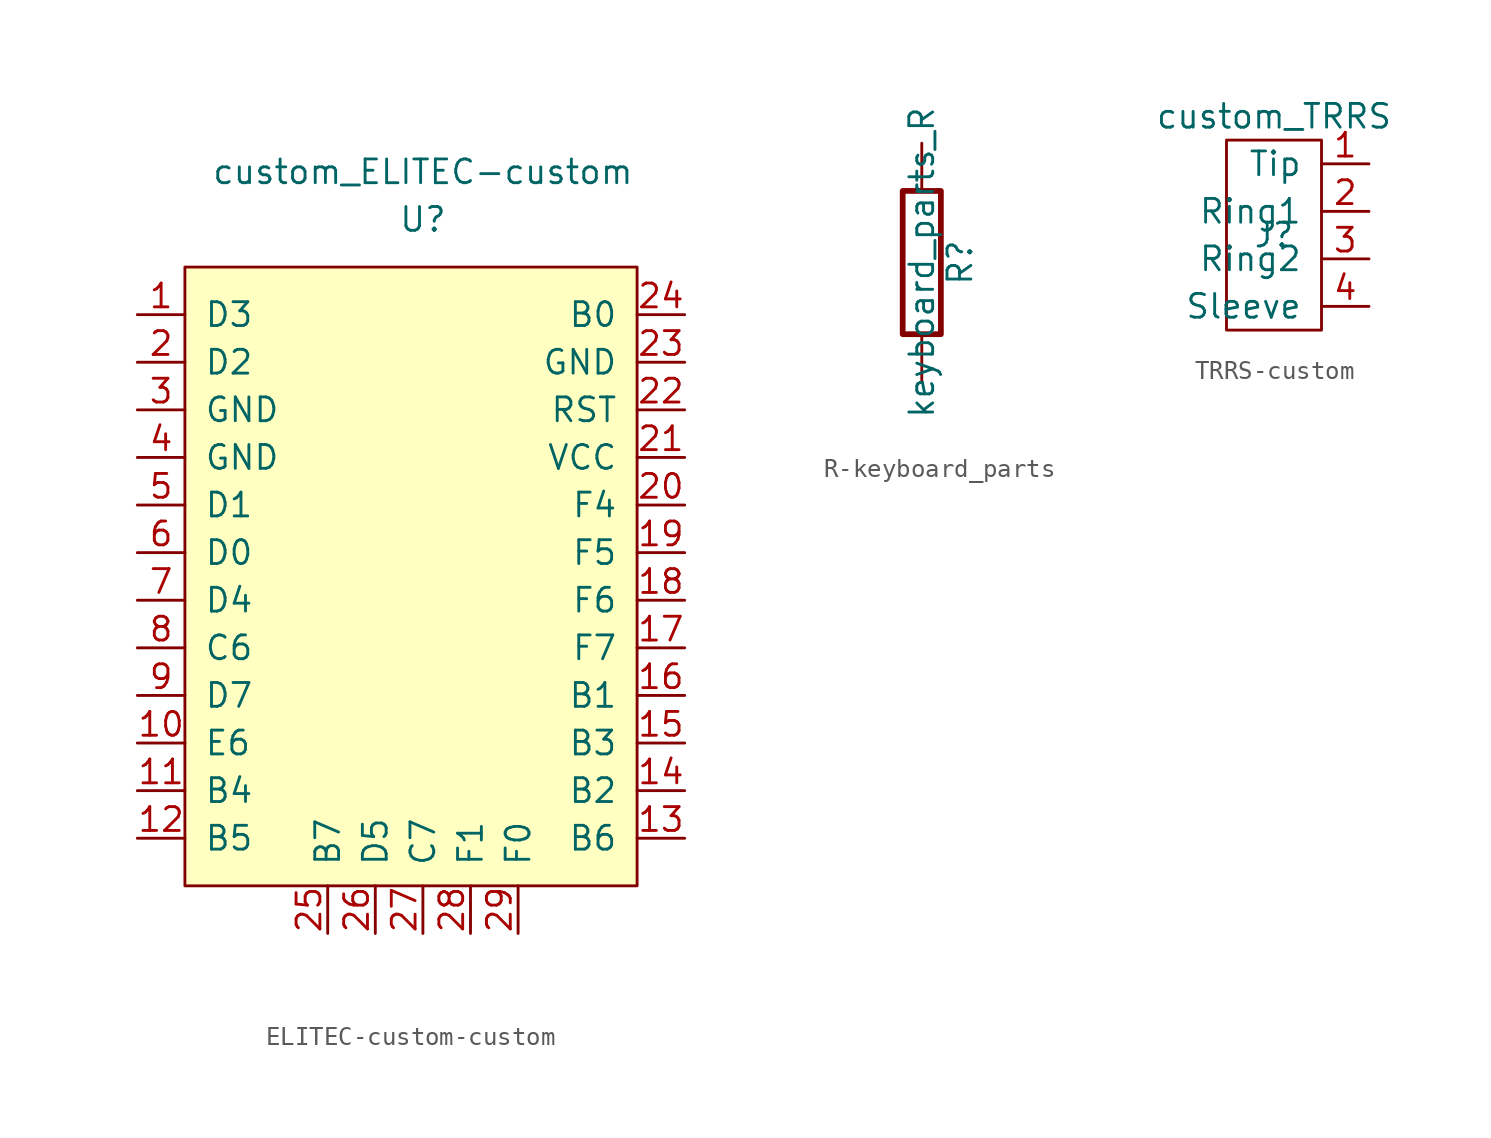
<source format=kicad_sym>
(kicad_symbol_lib
  (version 20220914)
  (generator kicad_symbol_editor)
  (symbol "ELITEC-custom-custom"
    (pin_names
      (offset 1.016))
    (property "Reference" "U"
      (at 0 15.24 0)
      (effects (font (size 1.27 1.27))))
    (property "Value" "custom_ELITEC-custom"
      (at 0 17.78 0)
      (effects (font (size 1.27 1.27))))
    (symbol "ELITEC-custom-custom_0_1"
      (rectangle (start -12.7 12.7) (end 11.43 -20.32) (stroke (width 0) (type solid)) (fill (type background))))
    (symbol "ELITEC-custom-custom_1_1"
      (pin input line (at -15.24 10.16 0) (length 2.54) (name "D3" (effects (font (size 1.27 1.27)))) (number "1" (effects (font (size 1.27 1.27)))))
      (pin input line (at -15.24 -12.7 0) (length 2.54) (name "E6" (effects (font (size 1.27 1.27)))) (number "10" (effects (font (size 1.27 1.27)))))
      (pin input line (at -15.24 -15.24 0) (length 2.54) (name "B4" (effects (font (size 1.27 1.27)))) (number "11" (effects (font (size 1.27 1.27)))))
      (pin input line (at -15.24 -17.78 0) (length 2.54) (name "B5" (effects (font (size 1.27 1.27)))) (number "12" (effects (font (size 1.27 1.27)))))
      (pin input line (at 13.97 -17.78 180) (length 2.54) (name "B6" (effects (font (size 1.27 1.27)))) (number "13" (effects (font (size 1.27 1.27)))))
      (pin input line (at 13.97 -15.24 180) (length 2.54) (name "B2" (effects (font (size 1.27 1.27)))) (number "14" (effects (font (size 1.27 1.27)))))
      (pin input line (at 13.97 -12.7 180) (length 2.54) (name "B3" (effects (font (size 1.27 1.27)))) (number "15" (effects (font (size 1.27 1.27)))))
      (pin input line (at 13.97 -10.16 180) (length 2.54) (name "B1" (effects (font (size 1.27 1.27)))) (number "16" (effects (font (size 1.27 1.27)))))
      (pin input line (at 13.97 -7.62 180) (length 2.54) (name "F7" (effects (font (size 1.27 1.27)))) (number "17" (effects (font (size 1.27 1.27)))))
      (pin input line (at 13.97 -5.08 180) (length 2.54) (name "F6" (effects (font (size 1.27 1.27)))) (number "18" (effects (font (size 1.27 1.27)))))
      (pin input line (at 13.97 -2.54 180) (length 2.54) (name "F5" (effects (font (size 1.27 1.27)))) (number "19" (effects (font (size 1.27 1.27)))))
      (pin input line (at -15.24 7.62 0) (length 2.54) (name "D2" (effects (font (size 1.27 1.27)))) (number "2" (effects (font (size 1.27 1.27)))))
      (pin input line (at 13.97 0 180) (length 2.54) (name "F4" (effects (font (size 1.27 1.27)))) (number "20" (effects (font (size 1.27 1.27)))))
      (pin input line (at 13.97 2.54 180) (length 2.54) (name "VCC" (effects (font (size 1.27 1.27)))) (number "21" (effects (font (size 1.27 1.27)))))
      (pin input line (at 13.97 5.08 180) (length 2.54) (name "RST" (effects (font (size 1.27 1.27)))) (number "22" (effects (font (size 1.27 1.27)))))
      (pin input line (at 13.97 7.62 180) (length 2.54) (name "GND" (effects (font (size 1.27 1.27)))) (number "23" (effects (font (size 1.27 1.27)))))
      (pin input line (at 13.97 10.16 180) (length 2.54) (name "B0" (effects (font (size 1.27 1.27)))) (number "24" (effects (font (size 1.27 1.27)))))
      (pin input line (at -5.08 -22.86 90) (length 2.54) (name "B7" (effects (font (size 1.27 1.27)))) (number "25" (effects (font (size 1.27 1.27)))))
      (pin input line (at -2.54 -22.86 90) (length 2.54) (name "D5" (effects (font (size 1.27 1.27)))) (number "26" (effects (font (size 1.27 1.27)))))
      (pin input line (at 0 -22.86 90) (length 2.54) (name "C7" (effects (font (size 1.27 1.27)))) (number "27" (effects (font (size 1.27 1.27)))))
      (pin input line (at 2.54 -22.86 90) (length 2.54) (name "F1" (effects (font (size 1.27 1.27)))) (number "28" (effects (font (size 1.27 1.27)))))
      (pin input line (at 5.08 -22.86 90) (length 2.54) (name "F0" (effects (font (size 1.27 1.27)))) (number "29" (effects (font (size 1.27 1.27)))))
      (pin input line (at -15.24 5.08 0) (length 2.54) (name "GND" (effects (font (size 1.27 1.27)))) (number "3" (effects (font (size 1.27 1.27)))))
      (pin input line (at -15.24 2.54 0) (length 2.54) (name "GND" (effects (font (size 1.27 1.27)))) (number "4" (effects (font (size 1.27 1.27)))))
      (pin input line (at -15.24 0 0) (length 2.54) (name "D1" (effects (font (size 1.27 1.27)))) (number "5" (effects (font (size 1.27 1.27)))))
      (pin input line (at -15.24 -2.54 0) (length 2.54) (name "D0" (effects (font (size 1.27 1.27)))) (number "6" (effects (font (size 1.27 1.27)))))
      (pin input line (at -15.24 -5.08 0) (length 2.54) (name "D4" (effects (font (size 1.27 1.27)))) (number "7" (effects (font (size 1.27 1.27)))))
      (pin input line (at -15.24 -7.62 0) (length 2.54) (name "C6" (effects (font (size 1.27 1.27)))) (number "8" (effects (font (size 1.27 1.27)))))
      (pin input line (at -15.24 -10.16 0) (length 2.54) (name "D7" (effects (font (size 1.27 1.27)))) (number "9" (effects (font (size 1.27 1.27)))))))
  (symbol "R-keyboard_parts"
    (pin_numbers hide)
    (pin_names
      (offset 0))
    (property "Reference" "R"
      (at 2.032 0 90)
      (effects (font (size 1.27 1.27))))
    (property "Value" "keyboard_parts_R"
      (at 0 0 90)
      (effects (font (size 1.27 1.27))))
    (property "Footprint" ""
      (at 0 0 0)
      (effects (font (size 1.524 1.524))))
    (property "Datasheet" ""
      (at 0 0 0)
      (effects (font (size 1.524 1.524))))
    (symbol "R-keyboard_parts_0_1"
      (rectangle (start -1.016 3.81) (end 1.016 -3.81) (stroke (width 0.305) (type solid)) (fill (type none))))
    (symbol "R-keyboard_parts_1_1"
      (pin passive line (at 0 6.35 270) (length 2.54) (name "~" (effects (font (size 1.524 1.524)))) (number "1" (effects (font (size 1.524 1.524)))))
      (pin passive line (at 0 -6.35 90) (length 2.54) (name "~" (effects (font (size 1.524 1.524)))) (number "2" (effects (font (size 1.524 1.524)))))))
  (symbol "TRRS-custom"
    (pin_names
      (offset 1.016))
    (property "Reference" "J"
      (at 0 0 0)
      (effects (font (size 1.27 1.27))))
    (property "Value" "custom_TRRS"
      (at 0 6.35 0)
      (effects (font (size 1.27 1.27))))
    (symbol "TRRS-custom_0_1"
      (rectangle (start -2.54 5.08) (end 2.54 -5.08) (stroke (width 0) (type solid)) (fill (type none))))
    (symbol "TRRS-custom_1_1"
      (pin bidirectional line (at 5.08 3.81 180) (length 2.54) (name "Tip" (effects (font (size 1.27 1.27)))) (number "1" (effects (font (size 1.27 1.27)))))
      (pin bidirectional line (at 5.08 1.27 180) (length 2.54) (name "Ring1" (effects (font (size 1.27 1.27)))) (number "2" (effects (font (size 1.27 1.27)))))
      (pin bidirectional line (at 5.08 -1.27 180) (length 2.54) (name "Ring2" (effects (font (size 1.27 1.27)))) (number "3" (effects (font (size 1.27 1.27)))))
      (pin bidirectional line (at 5.08 -3.81 180) (length 2.54) (name "Sleeve" (effects (font (size 1.27 1.27)))) (number "4" (effects (font (size 1.27 1.27))))))))
</source>
